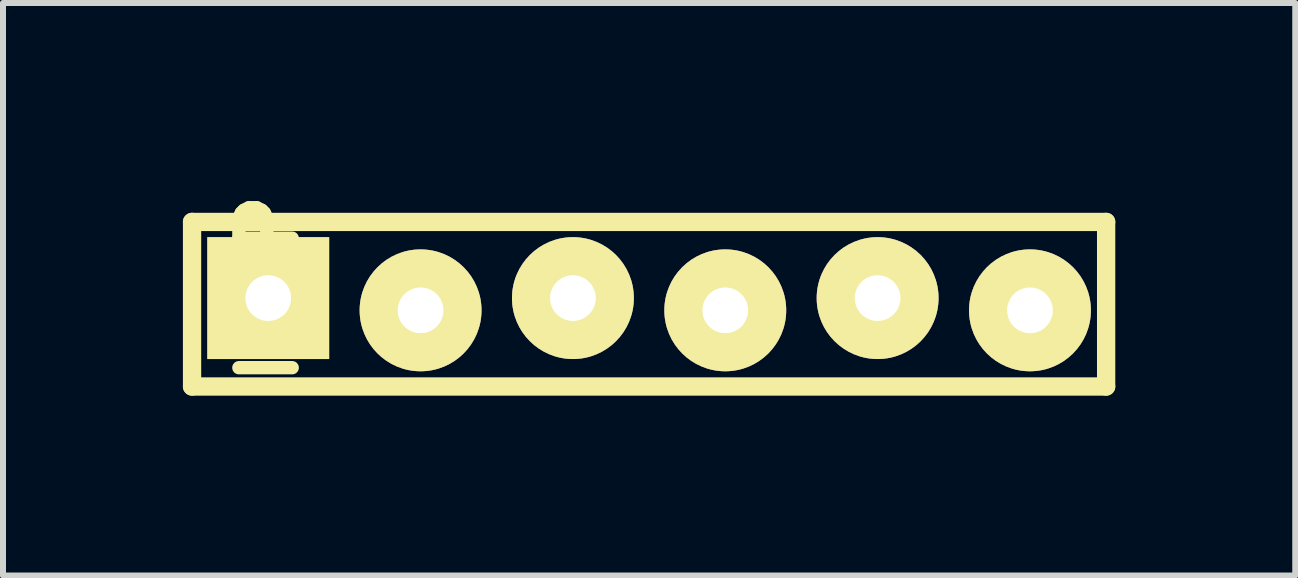
<source format=kicad_pcb>
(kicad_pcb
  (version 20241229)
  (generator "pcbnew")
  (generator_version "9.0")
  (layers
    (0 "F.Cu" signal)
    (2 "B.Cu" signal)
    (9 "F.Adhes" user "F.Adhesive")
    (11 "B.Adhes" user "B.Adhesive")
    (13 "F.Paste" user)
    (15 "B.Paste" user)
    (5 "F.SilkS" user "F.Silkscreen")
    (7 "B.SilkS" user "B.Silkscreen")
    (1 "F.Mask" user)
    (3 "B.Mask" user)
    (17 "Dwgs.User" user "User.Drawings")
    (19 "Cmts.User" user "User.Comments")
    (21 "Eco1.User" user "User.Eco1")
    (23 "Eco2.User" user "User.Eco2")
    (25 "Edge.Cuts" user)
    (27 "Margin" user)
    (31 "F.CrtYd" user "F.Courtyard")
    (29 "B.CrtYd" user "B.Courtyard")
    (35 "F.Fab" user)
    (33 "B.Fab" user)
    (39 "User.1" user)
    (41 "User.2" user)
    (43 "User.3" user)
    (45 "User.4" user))
  (footprint "ICSP"
    (layer "F.Cu")
    (at 1.422 2.022)
    (property "Reference" "ICSP" (at 0 -0.254 270) (layer "F.SilkS") (effects (font (size 0.889 0.889) (thickness 0.305))))
    (attr through_hole)
    (fp_line (start -1.27 -1.372) (end -1.27 1.372) (stroke (width 0.305) (type solid)) (layer "F.SilkS"))
    (fp_line (start -1.27 1.372) (end 13.97 1.372) (stroke (width 0.305) (type solid)) (layer "F.SilkS"))
    (fp_line (start 13.97 -1.372) (end -1.27 -1.372) (stroke (width 0.305) (type solid)) (layer "F.SilkS"))
    (fp_line (start 13.97 1.372) (end 13.97 -1.372) (stroke (width 0.305) (type solid)) (layer "F.SilkS"))
    (pad "1" thru_hole rect (at 0 -0.102) (size 2.032 2.032) (drill 0.762) (layers "*.Cu" "*.Mask" "F.SilkS"))
    (pad "2" thru_hole circle (at 2.54 0.102) (size 2.032 2.032) (drill 0.762) (layers "*.Cu" "*.Mask" "F.SilkS"))
    (pad "3" thru_hole circle (at 5.08 -0.102) (size 2.032 2.032) (drill 0.762) (layers "*.Cu" "*.Mask" "F.SilkS"))
    (pad "4" thru_hole circle (at 7.62 0.102) (size 2.032 2.032) (drill 0.762) (layers "*.Cu" "*.Mask" "F.SilkS"))
    (pad "5" thru_hole circle (at 10.16 -0.102) (size 2.032 2.032) (drill 0.762) (layers "*.Cu" "*.Mask" "F.SilkS"))
    (pad "6" thru_hole circle (at 12.7 0.102) (size 2.032 2.032) (drill 0.762) (layers "*.Cu" "*.Mask" "F.SilkS")))
  (gr_rect
    (start -3 -3)
    (end 18.545 6.546)
    (stroke (width 0.1) (type default))
    (fill no)
    (layer "Edge.Cuts")))
</source>
